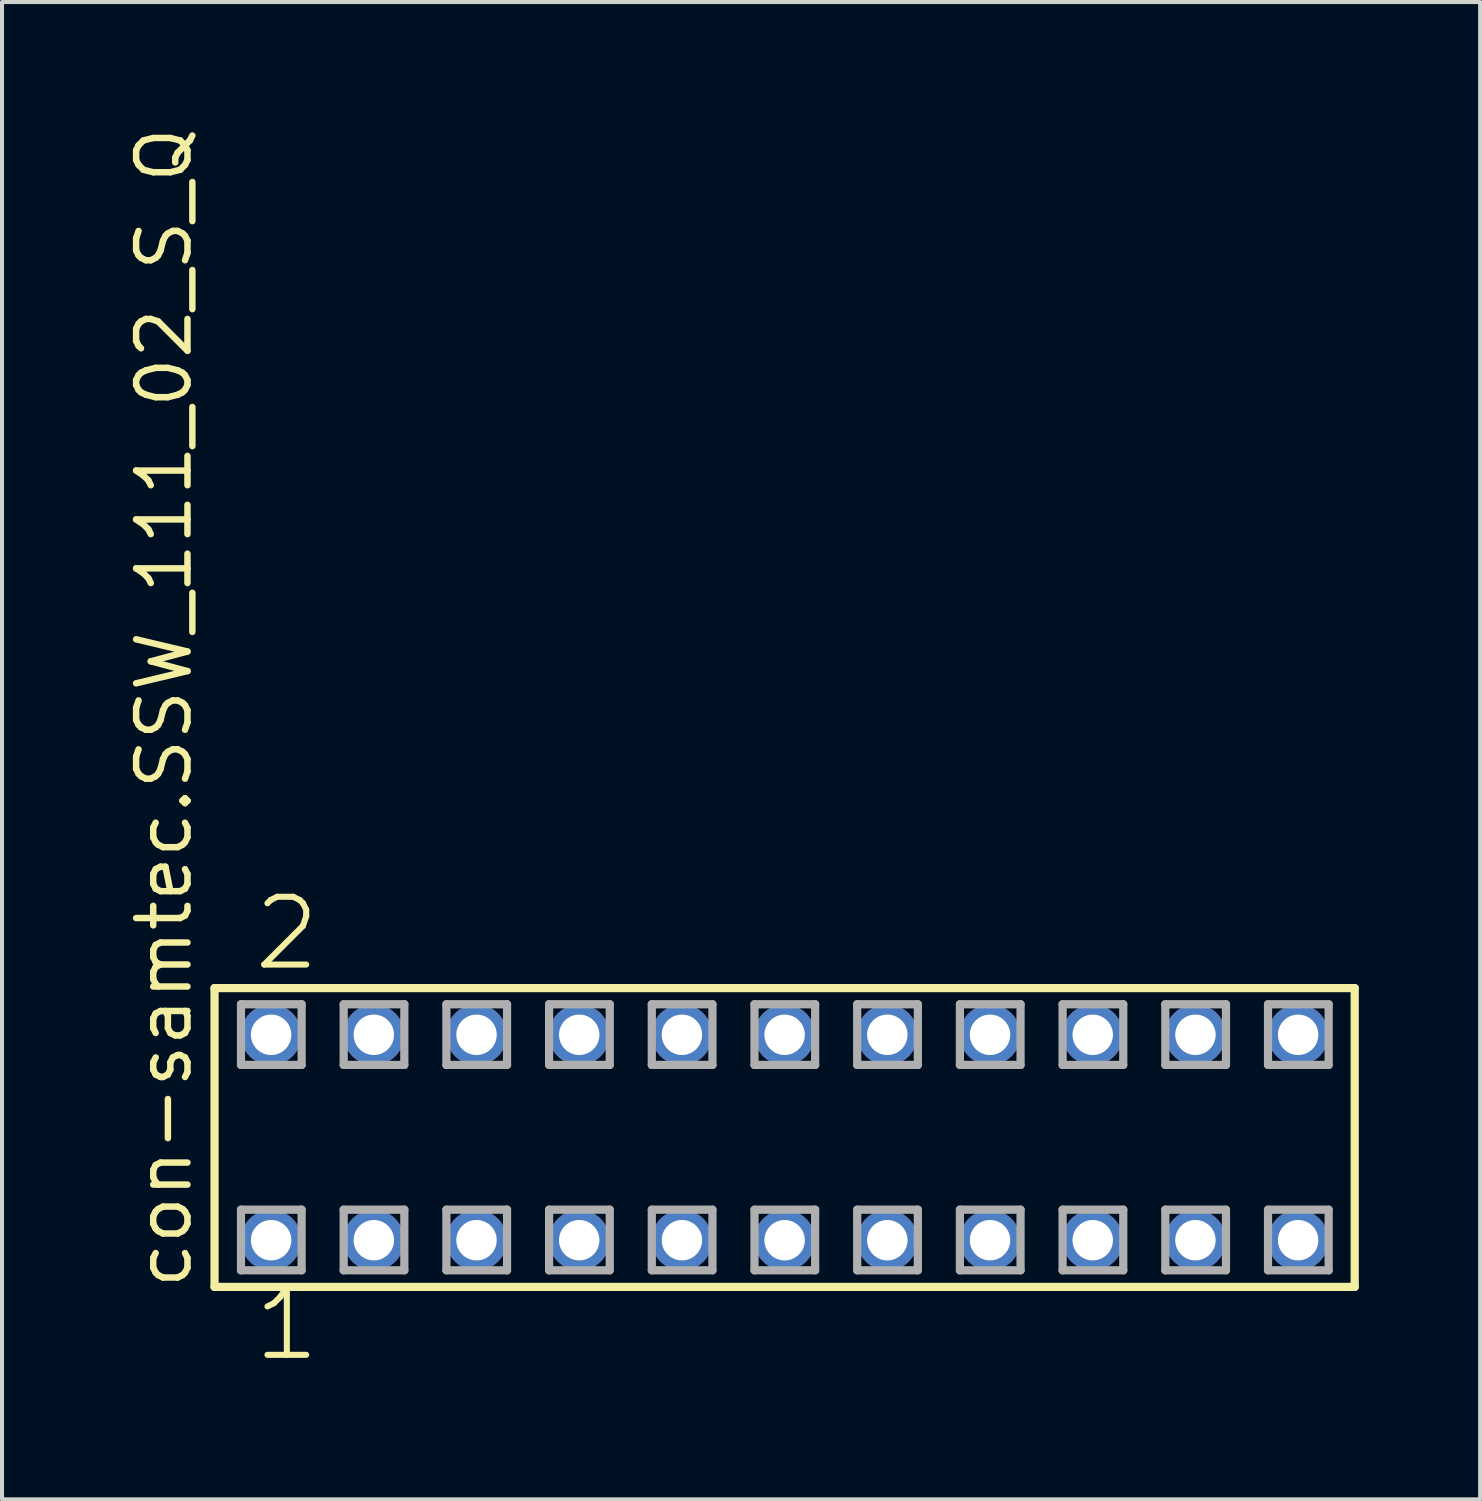
<source format=kicad_pcb>
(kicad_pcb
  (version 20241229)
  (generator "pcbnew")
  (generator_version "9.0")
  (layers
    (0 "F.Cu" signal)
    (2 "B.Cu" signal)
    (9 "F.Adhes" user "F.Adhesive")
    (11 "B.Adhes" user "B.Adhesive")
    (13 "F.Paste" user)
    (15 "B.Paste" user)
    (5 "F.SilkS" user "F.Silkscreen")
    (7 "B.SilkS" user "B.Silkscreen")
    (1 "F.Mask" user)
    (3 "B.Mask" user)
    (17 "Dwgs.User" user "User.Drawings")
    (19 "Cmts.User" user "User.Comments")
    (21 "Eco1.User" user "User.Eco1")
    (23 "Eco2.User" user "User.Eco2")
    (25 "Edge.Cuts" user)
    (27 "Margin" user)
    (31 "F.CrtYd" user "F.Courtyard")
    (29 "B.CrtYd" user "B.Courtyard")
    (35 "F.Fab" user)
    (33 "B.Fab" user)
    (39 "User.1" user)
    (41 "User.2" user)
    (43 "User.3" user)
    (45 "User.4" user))
  (footprint "con-samtec.SSW_111_02_S_Q"
    (layer "F.Cu")
    (at 16.355 25.082)
    (property "Reference" "con-samtec.SSW_111_02_S_Q" (at -14.605 3.81 90) (layer "F.SilkS") (effects (font (size 1.27 1.27) (thickness 0.16)) (justify left bottom)))
    (attr through_hole)
    (fp_line (start -14.099 -3.695) (end 14.099 -3.695) (stroke (width 0.203) (type default)) (layer "F.SilkS"))
    (fp_line (start -14.099 3.695) (end -14.099 -3.695) (stroke (width 0.203) (type default)) (layer "F.SilkS"))
    (fp_line (start 14.099 -3.695) (end 14.099 3.695) (stroke (width 0.203) (type default)) (layer "F.SilkS"))
    (fp_line (start 14.099 3.695) (end -14.099 3.695) (stroke (width 0.203) (type default)) (layer "F.SilkS"))
    (fp_line (start -13.445 -3.295) (end -11.945 -3.295) (stroke (width 0.203) (type default)) (layer "F.Fab"))
    (fp_line (start -13.445 -1.795) (end -13.445 -3.295) (stroke (width 0.203) (type default)) (layer "F.Fab"))
    (fp_line (start -13.445 1.785) (end -11.945 1.785) (stroke (width 0.203) (type default)) (layer "F.Fab"))
    (fp_line (start -13.445 3.285) (end -13.445 1.785) (stroke (width 0.203) (type default)) (layer "F.Fab"))
    (fp_line (start -11.945 -3.295) (end -11.945 -1.795) (stroke (width 0.203) (type default)) (layer "F.Fab"))
    (fp_line (start -11.945 -1.795) (end -13.445 -1.795) (stroke (width 0.203) (type default)) (layer "F.Fab"))
    (fp_line (start -11.945 1.785) (end -11.945 3.285) (stroke (width 0.203) (type default)) (layer "F.Fab"))
    (fp_line (start -11.945 3.285) (end -13.445 3.285) (stroke (width 0.203) (type default)) (layer "F.Fab"))
    (fp_line (start -10.905 -3.295) (end -9.405 -3.295) (stroke (width 0.203) (type default)) (layer "F.Fab"))
    (fp_line (start -10.905 -1.795) (end -10.905 -3.295) (stroke (width 0.203) (type default)) (layer "F.Fab"))
    (fp_line (start -10.905 1.785) (end -9.405 1.785) (stroke (width 0.203) (type default)) (layer "F.Fab"))
    (fp_line (start -10.905 3.285) (end -10.905 1.785) (stroke (width 0.203) (type default)) (layer "F.Fab"))
    (fp_line (start -9.405 -3.295) (end -9.405 -1.795) (stroke (width 0.203) (type default)) (layer "F.Fab"))
    (fp_line (start -9.405 -1.795) (end -10.905 -1.795) (stroke (width 0.203) (type default)) (layer "F.Fab"))
    (fp_line (start -9.405 1.785) (end -9.405 3.285) (stroke (width 0.203) (type default)) (layer "F.Fab"))
    (fp_line (start -9.405 3.285) (end -10.905 3.285) (stroke (width 0.203) (type default)) (layer "F.Fab"))
    (fp_line (start -8.365 -3.295) (end -6.865 -3.295) (stroke (width 0.203) (type default)) (layer "F.Fab"))
    (fp_line (start -8.365 -1.795) (end -8.365 -3.295) (stroke (width 0.203) (type default)) (layer "F.Fab"))
    (fp_line (start -8.365 1.785) (end -6.865 1.785) (stroke (width 0.203) (type default)) (layer "F.Fab"))
    (fp_line (start -8.365 3.285) (end -8.365 1.785) (stroke (width 0.203) (type default)) (layer "F.Fab"))
    (fp_line (start -6.865 -3.295) (end -6.865 -1.795) (stroke (width 0.203) (type default)) (layer "F.Fab"))
    (fp_line (start -6.865 -1.795) (end -8.365 -1.795) (stroke (width 0.203) (type default)) (layer "F.Fab"))
    (fp_line (start -6.865 1.785) (end -6.865 3.285) (stroke (width 0.203) (type default)) (layer "F.Fab"))
    (fp_line (start -6.865 3.285) (end -8.365 3.285) (stroke (width 0.203) (type default)) (layer "F.Fab"))
    (fp_line (start -5.825 -3.295) (end -4.325 -3.295) (stroke (width 0.203) (type default)) (layer "F.Fab"))
    (fp_line (start -5.825 -1.795) (end -5.825 -3.295) (stroke (width 0.203) (type default)) (layer "F.Fab"))
    (fp_line (start -5.825 1.785) (end -4.325 1.785) (stroke (width 0.203) (type default)) (layer "F.Fab"))
    (fp_line (start -5.825 3.285) (end -5.825 1.785) (stroke (width 0.203) (type default)) (layer "F.Fab"))
    (fp_line (start -4.325 -3.295) (end -4.325 -1.795) (stroke (width 0.203) (type default)) (layer "F.Fab"))
    (fp_line (start -4.325 -1.795) (end -5.825 -1.795) (stroke (width 0.203) (type default)) (layer "F.Fab"))
    (fp_line (start -4.325 1.785) (end -4.325 3.285) (stroke (width 0.203) (type default)) (layer "F.Fab"))
    (fp_line (start -4.325 3.285) (end -5.825 3.285) (stroke (width 0.203) (type default)) (layer "F.Fab"))
    (fp_line (start -3.285 -3.295) (end -1.785 -3.295) (stroke (width 0.203) (type default)) (layer "F.Fab"))
    (fp_line (start -3.285 -1.795) (end -3.285 -3.295) (stroke (width 0.203) (type default)) (layer "F.Fab"))
    (fp_line (start -3.285 1.785) (end -1.785 1.785) (stroke (width 0.203) (type default)) (layer "F.Fab"))
    (fp_line (start -3.285 3.285) (end -3.285 1.785) (stroke (width 0.203) (type default)) (layer "F.Fab"))
    (fp_line (start -1.785 -3.295) (end -1.785 -1.795) (stroke (width 0.203) (type default)) (layer "F.Fab"))
    (fp_line (start -1.785 -1.795) (end -3.285 -1.795) (stroke (width 0.203) (type default)) (layer "F.Fab"))
    (fp_line (start -1.785 1.785) (end -1.785 3.285) (stroke (width 0.203) (type default)) (layer "F.Fab"))
    (fp_line (start -1.785 3.285) (end -3.285 3.285) (stroke (width 0.203) (type default)) (layer "F.Fab"))
    (fp_line (start -0.745 -3.295) (end 0.755 -3.295) (stroke (width 0.203) (type default)) (layer "F.Fab"))
    (fp_line (start -0.745 -1.795) (end -0.745 -3.295) (stroke (width 0.203) (type default)) (layer "F.Fab"))
    (fp_line (start -0.745 1.785) (end 0.755 1.785) (stroke (width 0.203) (type default)) (layer "F.Fab"))
    (fp_line (start -0.745 3.285) (end -0.745 1.785) (stroke (width 0.203) (type default)) (layer "F.Fab"))
    (fp_line (start 0.755 -3.295) (end 0.755 -1.795) (stroke (width 0.203) (type default)) (layer "F.Fab"))
    (fp_line (start 0.755 -1.795) (end -0.745 -1.795) (stroke (width 0.203) (type default)) (layer "F.Fab"))
    (fp_line (start 0.755 1.785) (end 0.755 3.285) (stroke (width 0.203) (type default)) (layer "F.Fab"))
    (fp_line (start 0.755 3.285) (end -0.745 3.285) (stroke (width 0.203) (type default)) (layer "F.Fab"))
    (fp_line (start 1.795 -3.295) (end 3.295 -3.295) (stroke (width 0.203) (type default)) (layer "F.Fab"))
    (fp_line (start 1.795 -1.795) (end 1.795 -3.295) (stroke (width 0.203) (type default)) (layer "F.Fab"))
    (fp_line (start 1.795 1.785) (end 3.295 1.785) (stroke (width 0.203) (type default)) (layer "F.Fab"))
    (fp_line (start 1.795 3.285) (end 1.795 1.785) (stroke (width 0.203) (type default)) (layer "F.Fab"))
    (fp_line (start 3.295 -3.295) (end 3.295 -1.795) (stroke (width 0.203) (type default)) (layer "F.Fab"))
    (fp_line (start 3.295 -1.795) (end 1.795 -1.795) (stroke (width 0.203) (type default)) (layer "F.Fab"))
    (fp_line (start 3.295 1.785) (end 3.295 3.285) (stroke (width 0.203) (type default)) (layer "F.Fab"))
    (fp_line (start 3.295 3.285) (end 1.795 3.285) (stroke (width 0.203) (type default)) (layer "F.Fab"))
    (fp_line (start 4.335 -3.295) (end 5.835 -3.295) (stroke (width 0.203) (type default)) (layer "F.Fab"))
    (fp_line (start 4.335 -1.795) (end 4.335 -3.295) (stroke (width 0.203) (type default)) (layer "F.Fab"))
    (fp_line (start 4.335 1.785) (end 5.835 1.785) (stroke (width 0.203) (type default)) (layer "F.Fab"))
    (fp_line (start 4.335 3.285) (end 4.335 1.785) (stroke (width 0.203) (type default)) (layer "F.Fab"))
    (fp_line (start 5.835 -3.295) (end 5.835 -1.795) (stroke (width 0.203) (type default)) (layer "F.Fab"))
    (fp_line (start 5.835 -1.795) (end 4.335 -1.795) (stroke (width 0.203) (type default)) (layer "F.Fab"))
    (fp_line (start 5.835 1.785) (end 5.835 3.285) (stroke (width 0.203) (type default)) (layer "F.Fab"))
    (fp_line (start 5.835 3.285) (end 4.335 3.285) (stroke (width 0.203) (type default)) (layer "F.Fab"))
    (fp_line (start 6.875 -3.295) (end 8.375 -3.295) (stroke (width 0.203) (type default)) (layer "F.Fab"))
    (fp_line (start 6.875 -1.795) (end 6.875 -3.295) (stroke (width 0.203) (type default)) (layer "F.Fab"))
    (fp_line (start 6.875 1.785) (end 8.375 1.785) (stroke (width 0.203) (type default)) (layer "F.Fab"))
    (fp_line (start 6.875 3.285) (end 6.875 1.785) (stroke (width 0.203) (type default)) (layer "F.Fab"))
    (fp_line (start 8.375 -3.295) (end 8.375 -1.795) (stroke (width 0.203) (type default)) (layer "F.Fab"))
    (fp_line (start 8.375 -1.795) (end 6.875 -1.795) (stroke (width 0.203) (type default)) (layer "F.Fab"))
    (fp_line (start 8.375 1.785) (end 8.375 3.285) (stroke (width 0.203) (type default)) (layer "F.Fab"))
    (fp_line (start 8.375 3.285) (end 6.875 3.285) (stroke (width 0.203) (type default)) (layer "F.Fab"))
    (fp_line (start 9.415 -3.295) (end 10.915 -3.295) (stroke (width 0.203) (type default)) (layer "F.Fab"))
    (fp_line (start 9.415 -1.795) (end 9.415 -3.295) (stroke (width 0.203) (type default)) (layer "F.Fab"))
    (fp_line (start 9.415 1.785) (end 10.915 1.785) (stroke (width 0.203) (type default)) (layer "F.Fab"))
    (fp_line (start 9.415 3.285) (end 9.415 1.785) (stroke (width 0.203) (type default)) (layer "F.Fab"))
    (fp_line (start 10.915 -3.295) (end 10.915 -1.795) (stroke (width 0.203) (type default)) (layer "F.Fab"))
    (fp_line (start 10.915 -1.795) (end 9.415 -1.795) (stroke (width 0.203) (type default)) (layer "F.Fab"))
    (fp_line (start 10.915 1.785) (end 10.915 3.285) (stroke (width 0.203) (type default)) (layer "F.Fab"))
    (fp_line (start 10.915 3.285) (end 9.415 3.285) (stroke (width 0.203) (type default)) (layer "F.Fab"))
    (fp_line (start 11.955 -3.295) (end 13.455 -3.295) (stroke (width 0.203) (type default)) (layer "F.Fab"))
    (fp_line (start 11.955 -1.795) (end 11.955 -3.295) (stroke (width 0.203) (type default)) (layer "F.Fab"))
    (fp_line (start 11.955 1.785) (end 13.455 1.785) (stroke (width 0.203) (type default)) (layer "F.Fab"))
    (fp_line (start 11.955 3.285) (end 11.955 1.785) (stroke (width 0.203) (type default)) (layer "F.Fab"))
    (fp_line (start 13.455 -3.295) (end 13.455 -1.795) (stroke (width 0.203) (type default)) (layer "F.Fab"))
    (fp_line (start 13.455 -1.795) (end 11.955 -1.795) (stroke (width 0.203) (type default)) (layer "F.Fab"))
    (fp_line (start 13.455 1.785) (end 13.455 3.285) (stroke (width 0.203) (type default)) (layer "F.Fab"))
    (fp_line (start 13.455 3.285) (end 11.955 3.285) (stroke (width 0.203) (type default)) (layer "F.Fab"))
    (fp_text user "1" (at -13.208 5.588 0) (layer "F.SilkS") (effects (font (size 1.676 1.676) (thickness 0.15)) (justify left bottom)))
    (fp_text user "2" (at -13.208 -4.064 0) (layer "F.SilkS") (effects (font (size 1.676 1.676) (thickness 0.15)) (justify left bottom)))
    (pad "1" thru_hole circle (at -12.7 2.54) (size 1.5 1.5) (drill 1) (layers "*.Cu" "*.Mask"))
    (pad "2" thru_hole circle (at -12.7 -2.54) (size 1.5 1.5) (drill 1) (layers "*.Cu" "*.Mask"))
    (pad "3" thru_hole circle (at -10.16 2.54) (size 1.5 1.5) (drill 1) (layers "*.Cu" "*.Mask"))
    (pad "4" thru_hole circle (at -10.16 -2.54) (size 1.5 1.5) (drill 1) (layers "*.Cu" "*.Mask"))
    (pad "5" thru_hole circle (at -7.62 2.54) (size 1.5 1.5) (drill 1) (layers "*.Cu" "*.Mask"))
    (pad "6" thru_hole circle (at -7.62 -2.54) (size 1.5 1.5) (drill 1) (layers "*.Cu" "*.Mask"))
    (pad "7" thru_hole circle (at -5.08 2.54) (size 1.5 1.5) (drill 1) (layers "*.Cu" "*.Mask"))
    (pad "8" thru_hole circle (at -5.08 -2.54) (size 1.5 1.5) (drill 1) (layers "*.Cu" "*.Mask"))
    (pad "9" thru_hole circle (at -2.54 2.54) (size 1.5 1.5) (drill 1) (layers "*.Cu" "*.Mask"))
    (pad "10" thru_hole circle (at -2.54 -2.54) (size 1.5 1.5) (drill 1) (layers "*.Cu" "*.Mask"))
    (pad "11" thru_hole circle (at 0 2.54) (size 1.5 1.5) (drill 1) (layers "*.Cu" "*.Mask"))
    (pad "12" thru_hole circle (at 0 -2.54) (size 1.5 1.5) (drill 1) (layers "*.Cu" "*.Mask"))
    (pad "13" thru_hole circle (at 2.54 2.54) (size 1.5 1.5) (drill 1) (layers "*.Cu" "*.Mask"))
    (pad "14" thru_hole circle (at 2.54 -2.54) (size 1.5 1.5) (drill 1) (layers "*.Cu" "*.Mask"))
    (pad "15" thru_hole circle (at 5.08 2.54) (size 1.5 1.5) (drill 1) (layers "*.Cu" "*.Mask"))
    (pad "16" thru_hole circle (at 5.08 -2.54) (size 1.5 1.5) (drill 1) (layers "*.Cu" "*.Mask"))
    (pad "17" thru_hole circle (at 7.62 2.54) (size 1.5 1.5) (drill 1) (layers "*.Cu" "*.Mask"))
    (pad "18" thru_hole circle (at 7.62 -2.54) (size 1.5 1.5) (drill 1) (layers "*.Cu" "*.Mask"))
    (pad "19" thru_hole circle (at 10.16 2.54) (size 1.5 1.5) (drill 1) (layers "*.Cu" "*.Mask"))
    (pad "20" thru_hole circle (at 10.16 -2.54) (size 1.5 1.5) (drill 1) (layers "*.Cu" "*.Mask"))
    (pad "21" thru_hole circle (at 12.7 2.54) (size 1.5 1.5) (drill 1) (layers "*.Cu" "*.Mask"))
    (pad "22" thru_hole circle (at 12.7 -2.54) (size 1.5 1.5) (drill 1) (layers "*.Cu" "*.Mask")))
  (gr_rect
    (start -3 -3)
    (end 33.556 34.031)
    (stroke (width 0.1) (type default))
    (fill no)
    (layer "Edge.Cuts")))
</source>
